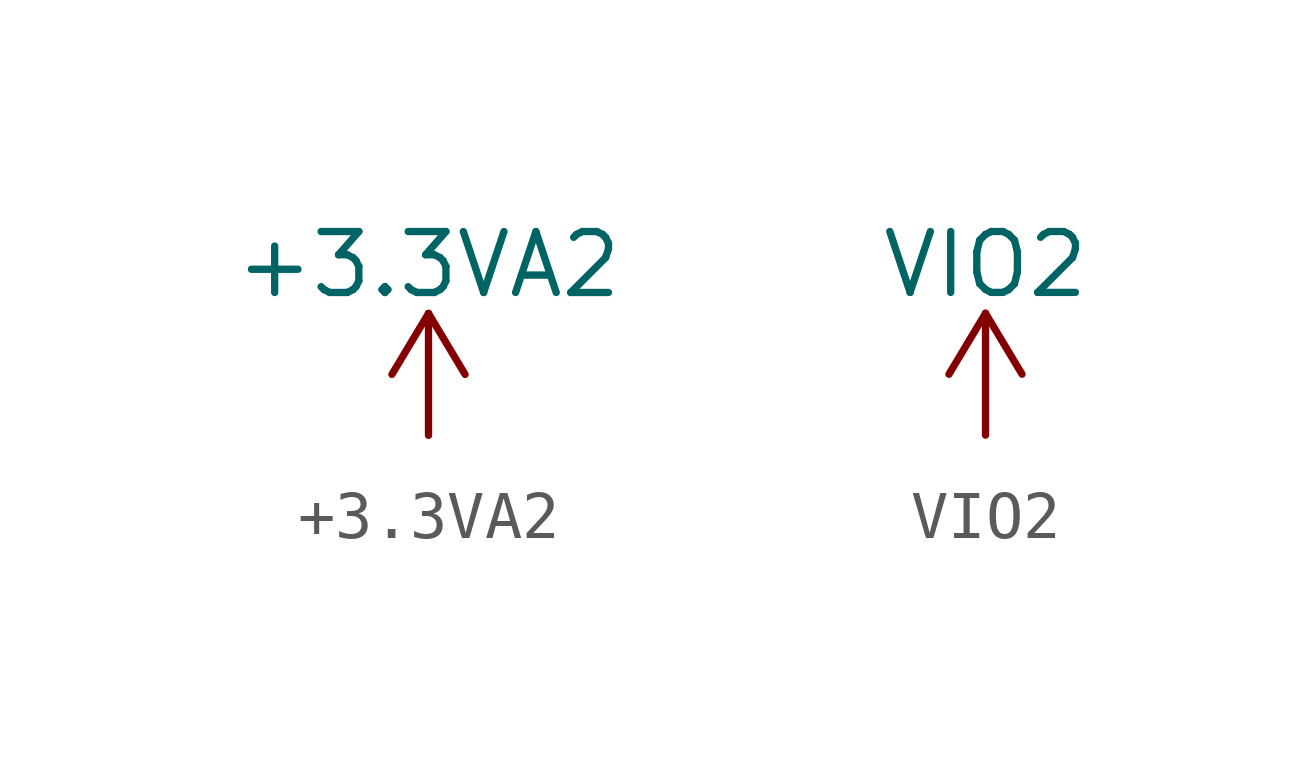
<source format=kicad_sym>
(kicad_symbol_lib
  (version 20211014)
  (generator kicad_symbol_editor)
  (symbol "+3.3VA2"
    (power)
    (pin_names
      (offset 0))
    (property "Reference" "#PWR"
      (at 0 -3.81 0)
      (effects (font (size 1.27 1.27)) hide))
    (property "Value" "+3.3VA2"
      (at 0 3.556 0)
      (effects (font (size 1.27 1.27))))
    (symbol "+3.3VA2_0_1"
      (polyline (pts (xy -0.762 1.27) (xy 0 2.54)) (stroke (width 0) (type default) (color 0 0 0 0)) (fill (type none)))
      (polyline (pts (xy 0 0) (xy 0 2.54)) (stroke (width 0) (type default) (color 0 0 0 0)) (fill (type none)))
      (polyline (pts (xy 0 2.54) (xy 0.762 1.27)) (stroke (width 0) (type default) (color 0 0 0 0)) (fill (type none))))
    (symbol "+3.3VA2_1_1"
      (pin power_in line (at 0 0 90) (length 0) hide (name "+3.3VA2" (effects (font (size 1.27 1.27)))) (number "1" (effects (font (size 1.27 1.27)))))))
  (symbol "VIO2"
    (power)
    (pin_names
      (offset 0))
    (property "Reference" "#PWR"
      (at 0 -3.81 0)
      (effects (font (size 1.27 1.27)) hide))
    (property "Value" "VIO2"
      (at 0 3.556 0)
      (effects (font (size 1.27 1.27))))
    (symbol "VIO2_0_1"
      (polyline (pts (xy -0.762 1.27) (xy 0 2.54)) (stroke (width 0) (type default) (color 0 0 0 0)) (fill (type none)))
      (polyline (pts (xy 0 0) (xy 0 2.54)) (stroke (width 0) (type default) (color 0 0 0 0)) (fill (type none)))
      (polyline (pts (xy 0 2.54) (xy 0.762 1.27)) (stroke (width 0) (type default) (color 0 0 0 0)) (fill (type none))))
    (symbol "VIO2_1_1"
      (pin power_in line (at 0 0 90) (length 0) hide (name "VIO2" (effects (font (size 1.27 1.27)))) (number "1" (effects (font (size 1.27 1.27))))))))
</source>
